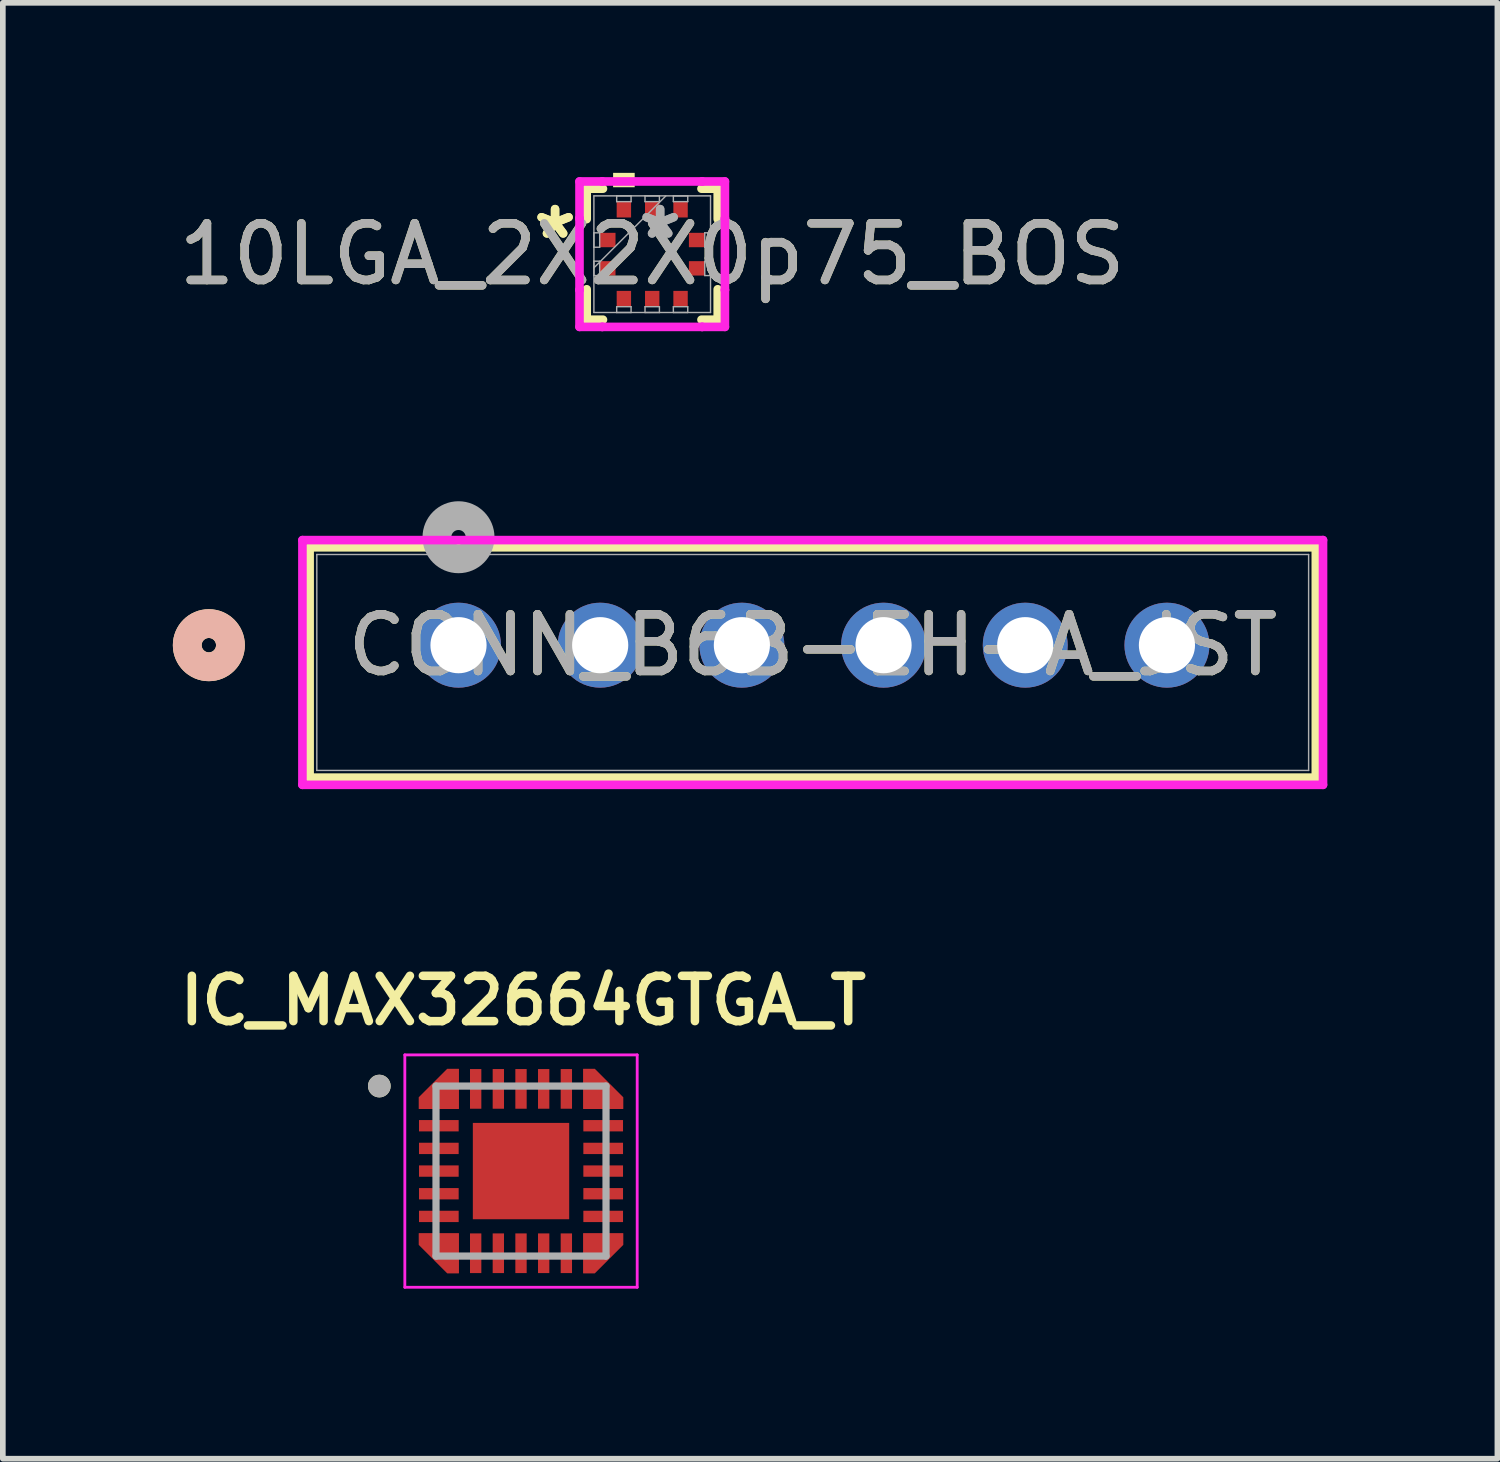
<source format=kicad_pcb>
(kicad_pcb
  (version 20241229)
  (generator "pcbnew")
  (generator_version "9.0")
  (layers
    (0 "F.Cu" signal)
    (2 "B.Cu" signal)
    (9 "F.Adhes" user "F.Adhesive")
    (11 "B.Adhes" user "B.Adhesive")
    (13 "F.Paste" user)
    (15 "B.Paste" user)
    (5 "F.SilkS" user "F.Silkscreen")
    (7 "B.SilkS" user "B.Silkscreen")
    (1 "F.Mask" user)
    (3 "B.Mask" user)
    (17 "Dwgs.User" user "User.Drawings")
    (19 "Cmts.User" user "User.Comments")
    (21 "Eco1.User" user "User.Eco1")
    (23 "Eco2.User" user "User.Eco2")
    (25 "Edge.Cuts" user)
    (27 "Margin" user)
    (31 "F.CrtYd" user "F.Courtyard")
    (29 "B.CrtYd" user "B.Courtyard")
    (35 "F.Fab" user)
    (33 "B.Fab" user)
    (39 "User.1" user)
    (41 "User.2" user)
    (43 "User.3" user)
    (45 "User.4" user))
  (footprint "CONN_B6B-EH-A_JST"
    (layer "F.Cu")
    (at 5.04 8.334)
    (property "Reference" "CONN_B6B-EH-A_JST" (at 6.25 0 0) (unlocked yes) (layer "F.SilkS") (effects (font (size 1 1) (thickness 0.15))))
    (attr through_hole)
    (fp_line (start -2.627 -1.727) (end -2.627 2.337) (stroke (width 0.152) (type solid)) (layer "F.SilkS"))
    (fp_line (start -2.627 2.337) (end 15.127 2.337) (stroke (width 0.152) (type solid)) (layer "F.SilkS"))
    (fp_line (start 15.127 -1.727) (end -2.627 -1.727) (stroke (width 0.152) (type solid)) (layer "F.SilkS"))
    (fp_line (start 15.127 2.337) (end 15.127 -1.727) (stroke (width 0.152) (type solid)) (layer "F.SilkS"))
    (fp_circle (center -4.405 0) (end -4.024 0) (stroke (width 0.508) (type solid)) (fill no) (layer "F.SilkS"))
    (fp_circle (center -4.405 0) (end -4.024 0) (stroke (width 0.508) (type solid)) (fill no) (layer "B.SilkS"))
    (fp_line (start -2.754 -1.854) (end -2.754 2.464) (stroke (width 0.152) (type solid)) (layer "F.CrtYd"))
    (fp_line (start -2.754 2.464) (end 15.254 2.464) (stroke (width 0.152) (type solid)) (layer "F.CrtYd"))
    (fp_line (start 15.254 -1.854) (end -2.754 -1.854) (stroke (width 0.152) (type solid)) (layer "F.CrtYd"))
    (fp_line (start 15.254 2.464) (end 15.254 -1.854) (stroke (width 0.152) (type solid)) (layer "F.CrtYd"))
    (fp_line (start -2.5 -1.6) (end -2.5 2.21) (stroke (width 0.025) (type solid)) (layer "F.Fab"))
    (fp_line (start -2.5 2.21) (end 15 2.21) (stroke (width 0.025) (type solid)) (layer "F.Fab"))
    (fp_line (start 15 -1.6) (end -2.5 -1.6) (stroke (width 0.025) (type solid)) (layer "F.Fab"))
    (fp_line (start 15 2.21) (end 15 -1.6) (stroke (width 0.025) (type solid)) (layer "F.Fab"))
    (fp_circle (center 0 -1.905) (end 0.381 -1.905) (stroke (width 0.508) (type solid)) (fill no) (layer "F.Fab"))
    (fp_text user "${REFERENCE}" (at 6.25 0 0) (unlocked yes) (layer "F.Fab") (effects (font (size 1 1) (thickness 0.15))))
    (pad "1" thru_hole circle (at 0 0) (size 1.499 1.499) (drill 0.991) (layers "*.Cu" "*.Mask"))
    (pad "2" thru_hole circle (at 2.5 0) (size 1.499 1.499) (drill 0.991) (layers "*.Cu" "*.Mask"))
    (pad "3" thru_hole circle (at 5 0) (size 1.499 1.499) (drill 0.991) (layers "*.Cu" "*.Mask"))
    (pad "4" thru_hole circle (at 7.5 0) (size 1.499 1.499) (drill 0.991) (layers "*.Cu" "*.Mask"))
    (pad "5" thru_hole circle (at 10 0) (size 1.499 1.499) (drill 0.991) (layers "*.Cu" "*.Mask"))
    (pad "6" thru_hole circle (at 12.5 0) (size 1.499 1.499) (drill 0.991) (layers "*.Cu" "*.Mask")))
  (footprint "IC_MAX32664GTGA_T"
    (layer "F.Cu")
    (at 6.143 17.613)
    (property "Reference" "IC_MAX32664GTGA_T" (at 0.04 -3.008 0) (layer "F.SilkS") (effects (font (size 0.8 0.8) (thickness 0.15))))
    (attr smd)
    (fp_poly (pts (xy -1.9 1) (xy -1 1) (xy -1 1.9) (xy -1.341 1.9) (xy -1.9 1.341)) (stroke (width 0.01) (type solid)) (fill yes) (layer "F.Mask"))
    (fp_poly (pts (xy -1 -1.9) (xy -1 -1) (xy -1.9 -1) (xy -1.9 -1.341) (xy -1.341 -1.9)) (stroke (width 0.01) (type solid)) (fill yes) (layer "F.Mask"))
    (fp_poly (pts (xy 1 -1.9) (xy 1 -1) (xy 1.9 -1) (xy 1.9 -1.341) (xy 1.341 -1.9)) (stroke (width 0.01) (type solid)) (fill yes) (layer "F.Mask"))
    (fp_poly (pts (xy 1.9 1) (xy 1 1) (xy 1 1.9) (xy 1.341 1.9) (xy 1.9 1.341)) (stroke (width 0.01) (type solid)) (fill yes) (layer "F.Mask"))
    (fp_circle (center -2.5 -1.5) (end -2.4 -1.5) (stroke (width 0.2) (type solid)) (fill no) (layer "F.SilkS"))
    (fp_poly (pts (xy -0.537 -0.537) (xy 0.537 -0.537) (xy 0.537 0.537) (xy -0.537 0.537)) (stroke (width 0.01) (type solid)) (fill yes) (layer "F.Paste"))
    (fp_poly (pts (xy -1.8 1.1) (xy -1.1 1.1) (xy -1.1 1.8) (xy -1.3 1.8) (xy -1.8 1.3)) (stroke (width 0.01) (type solid)) (fill yes) (layer "F.Paste"))
    (fp_poly (pts (xy -1.1 -1.8) (xy -1.1 -1.1) (xy -1.8 -1.1) (xy -1.8 -1.3) (xy -1.3 -1.8)) (stroke (width 0.01) (type solid)) (fill yes) (layer "F.Paste"))
    (fp_poly (pts (xy 1.1 -1.8) (xy 1.1 -1.1) (xy 1.8 -1.1) (xy 1.8 -1.3) (xy 1.3 -1.8)) (stroke (width 0.01) (type solid)) (fill yes) (layer "F.Paste"))
    (fp_poly (pts (xy 1.8 1.1) (xy 1.1 1.1) (xy 1.1 1.8) (xy 1.3 1.8) (xy 1.8 1.3)) (stroke (width 0.01) (type solid)) (fill yes) (layer "F.Paste"))
    (fp_line (start -2.05 -2.05) (end -2.05 2.05) (stroke (width 0.05) (type solid)) (layer "F.CrtYd"))
    (fp_line (start -2.05 2.05) (end 2.05 2.05) (stroke (width 0.05) (type solid)) (layer "F.CrtYd"))
    (fp_line (start 2.05 -2.05) (end -2.05 -2.05) (stroke (width 0.05) (type solid)) (layer "F.CrtYd"))
    (fp_line (start 2.05 2.05) (end 2.05 -2.05) (stroke (width 0.05) (type solid)) (layer "F.CrtYd"))
    (fp_line (start -1.5 -1.5) (end 1.5 -1.5) (stroke (width 0.127) (type solid)) (layer "F.Fab"))
    (fp_line (start -1.5 1.5) (end -1.5 -1.5) (stroke (width 0.127) (type solid)) (layer "F.Fab"))
    (fp_line (start 1.5 -1.5) (end 1.5 1.5) (stroke (width 0.127) (type solid)) (layer "F.Fab"))
    (fp_line (start 1.5 1.5) (end -1.5 1.5) (stroke (width 0.127) (type solid)) (layer "F.Fab"))
    (fp_circle (center -2.5 -1.5) (end -2.4 -1.5) (stroke (width 0.2) (type solid)) (fill no) (layer "F.Fab"))
    (pad "1" smd custom (at -1.35 -1.35) (size 0.3 0.3) (layers "F.Cu") (options (anchor rect)) (primitives (gr_poly (pts (xy 0.25 -0.45) (xy 0.25 0.25) (xy -0.45 0.25) (xy -0.45 0.05) (xy 0.05 -0.45)) (width 0.01) (fill yes))))
    (pad "2" smd rect (at -1.45 -0.8) (size 0.7 0.2) (layers "F.Cu" "F.Mask" "F.Paste"))
    (pad "3" smd rect (at -1.45 -0.4) (size 0.7 0.2) (layers "F.Cu" "F.Mask" "F.Paste"))
    (pad "4" smd rect (at -1.45 0) (size 0.7 0.2) (layers "F.Cu" "F.Mask" "F.Paste"))
    (pad "5" smd rect (at -1.45 0.4) (size 0.7 0.2) (layers "F.Cu" "F.Mask" "F.Paste"))
    (pad "6" smd rect (at -1.45 0.8) (size 0.7 0.2) (layers "F.Cu" "F.Mask" "F.Paste"))
    (pad "7" smd custom (at -1.35 1.35) (size 0.3 0.3) (layers "F.Cu") (options (anchor rect)) (primitives (gr_poly (pts (xy -0.45 -0.25) (xy 0.25 -0.25) (xy 0.25 0.45) (xy 0.05 0.45) (xy -0.45 -0.05)) (width 0.01) (fill yes))))
    (pad "8" smd rect (at -0.8 1.45) (size 0.2 0.7) (layers "F.Cu" "F.Mask" "F.Paste"))
    (pad "9" smd rect (at -0.4 1.45) (size 0.2 0.7) (layers "F.Cu" "F.Mask" "F.Paste"))
    (pad "10" smd rect (at 0 1.45) (size 0.2 0.7) (layers "F.Cu" "F.Mask" "F.Paste"))
    (pad "11" smd rect (at 0.4 1.45) (size 0.2 0.7) (layers "F.Cu" "F.Mask" "F.Paste"))
    (pad "12" smd rect (at 0.8 1.45) (size 0.2 0.7) (layers "F.Cu" "F.Mask" "F.Paste"))
    (pad "13" smd custom (at 1.35 1.35) (size 0.3 0.3) (layers "F.Cu") (options (anchor rect)) (primitives (gr_poly (pts (xy 0.45 -0.25) (xy -0.25 -0.25) (xy -0.25 0.45) (xy -0.05 0.45) (xy 0.45 -0.05)) (width 0.01) (fill yes))))
    (pad "14" smd rect (at 1.45 0.8) (size 0.7 0.2) (layers "F.Cu" "F.Mask" "F.Paste"))
    (pad "15" smd rect (at 1.45 0.4) (size 0.7 0.2) (layers "F.Cu" "F.Mask" "F.Paste"))
    (pad "16" smd rect (at 1.45 0) (size 0.7 0.2) (layers "F.Cu" "F.Mask" "F.Paste"))
    (pad "17" smd rect (at 1.45 -0.4) (size 0.7 0.2) (layers "F.Cu" "F.Mask" "F.Paste"))
    (pad "18" smd rect (at 1.45 -0.8) (size 0.7 0.2) (layers "F.Cu" "F.Mask" "F.Paste"))
    (pad "19" smd custom (at 1.35 -1.35) (size 0.3 0.3) (layers "F.Cu") (options (anchor rect)) (primitives (gr_poly (pts (xy -0.25 -0.45) (xy -0.25 0.25) (xy 0.45 0.25) (xy 0.45 0.05) (xy -0.05 -0.45)) (width 0.01) (fill yes))))
    (pad "20" smd rect (at 0.8 -1.45) (size 0.2 0.7) (layers "F.Cu" "F.Mask" "F.Paste"))
    (pad "21" smd rect (at 0.4 -1.45) (size 0.2 0.7) (layers "F.Cu" "F.Mask" "F.Paste"))
    (pad "22" smd rect (at 0 -1.45) (size 0.2 0.7) (layers "F.Cu" "F.Mask" "F.Paste"))
    (pad "23" smd rect (at -0.4 -1.45) (size 0.2 0.7) (layers "F.Cu" "F.Mask" "F.Paste"))
    (pad "24" smd rect (at -0.8 -1.45) (size 0.2 0.7) (layers "F.Cu" "F.Mask" "F.Paste"))
    (pad "EP" smd rect (at 0 0) (size 1.7 1.7) (layers "F.Cu" "F.Mask")))
  (footprint "10LGA_2X2X0p75_BOS"
    (layer "F.Cu")
    (at 8.458 1.435)
    (property "Reference" "10LGA_2X2X0p75_BOS" (at 0 0 0) (unlocked yes) (layer "F.SilkS") (effects (font (size 1 1) (thickness 0.15))))
    (attr smd)
    (fp_line (start -1.156 -1.156) (end -1.156 -0.619) (stroke (width 0.152) (type solid)) (layer "F.SilkS"))
    (fp_line (start -1.156 0.619) (end -1.156 1.156) (stroke (width 0.152) (type solid)) (layer "F.SilkS"))
    (fp_line (start -1.156 1.156) (end -0.869 1.156) (stroke (width 0.152) (type solid)) (layer "F.SilkS"))
    (fp_line (start -0.869 -1.156) (end -1.156 -1.156) (stroke (width 0.152) (type solid)) (layer "F.SilkS"))
    (fp_line (start 0.869 1.156) (end 1.156 1.156) (stroke (width 0.152) (type solid)) (layer "F.SilkS"))
    (fp_line (start 1.156 -1.156) (end 0.869 -1.156) (stroke (width 0.152) (type solid)) (layer "F.SilkS"))
    (fp_line (start 1.156 -0.619) (end 1.156 -1.156) (stroke (width 0.152) (type solid)) (layer "F.SilkS"))
    (fp_line (start 1.156 1.156) (end 1.156 0.619) (stroke (width 0.152) (type solid)) (layer "F.SilkS"))
    (fp_poly (pts (xy -0.69 -1.181) (xy -0.69 -1.435) (xy -0.309 -1.435) (xy -0.309 -1.181)) (stroke (width 0) (type solid)) (fill yes) (layer "F.SilkS"))
    (fp_line (start -1.283 -1.283) (end -0.881 -1.283) (stroke (width 0.152) (type solid)) (layer "F.CrtYd"))
    (fp_line (start -1.283 -0.631) (end -1.283 -1.283) (stroke (width 0.152) (type solid)) (layer "F.CrtYd"))
    (fp_line (start -1.283 -0.631) (end -1.283 -0.631) (stroke (width 0.152) (type solid)) (layer "F.CrtYd"))
    (fp_line (start -1.283 0.631) (end -1.283 -0.631) (stroke (width 0.152) (type solid)) (layer "F.CrtYd"))
    (fp_line (start -1.283 0.631) (end -1.283 0.631) (stroke (width 0.152) (type solid)) (layer "F.CrtYd"))
    (fp_line (start -1.283 1.283) (end -1.283 0.631) (stroke (width 0.152) (type solid)) (layer "F.CrtYd"))
    (fp_line (start -0.881 -1.283) (end -0.881 -1.283) (stroke (width 0.152) (type solid)) (layer "F.CrtYd"))
    (fp_line (start -0.881 -1.283) (end 0.881 -1.283) (stroke (width 0.152) (type solid)) (layer "F.CrtYd"))
    (fp_line (start -0.881 1.283) (end -1.283 1.283) (stroke (width 0.152) (type solid)) (layer "F.CrtYd"))
    (fp_line (start -0.881 1.283) (end -0.881 1.283) (stroke (width 0.152) (type solid)) (layer "F.CrtYd"))
    (fp_line (start 0.881 -1.283) (end 0.881 -1.283) (stroke (width 0.152) (type solid)) (layer "F.CrtYd"))
    (fp_line (start 0.881 -1.283) (end 1.283 -1.283) (stroke (width 0.152) (type solid)) (layer "F.CrtYd"))
    (fp_line (start 0.881 1.283) (end -0.881 1.283) (stroke (width 0.152) (type solid)) (layer "F.CrtYd"))
    (fp_line (start 0.881 1.283) (end 0.881 1.283) (stroke (width 0.152) (type solid)) (layer "F.CrtYd"))
    (fp_line (start 1.283 -1.283) (end 1.283 -0.631) (stroke (width 0.152) (type solid)) (layer "F.CrtYd"))
    (fp_line (start 1.283 -0.631) (end 1.283 -0.631) (stroke (width 0.152) (type solid)) (layer "F.CrtYd"))
    (fp_line (start 1.283 -0.631) (end 1.283 0.631) (stroke (width 0.152) (type solid)) (layer "F.CrtYd"))
    (fp_line (start 1.283 0.631) (end 1.283 0.631) (stroke (width 0.152) (type solid)) (layer "F.CrtYd"))
    (fp_line (start 1.283 0.631) (end 1.283 1.283) (stroke (width 0.152) (type solid)) (layer "F.CrtYd"))
    (fp_line (start 1.283 1.283) (end 0.881 1.283) (stroke (width 0.152) (type solid)) (layer "F.CrtYd"))
    (fp_line (start -1.029 -1.029) (end -1.029 1.029) (stroke (width 0.025) (type solid)) (layer "F.Fab"))
    (fp_line (start -1.029 -0.377) (end -0.927 -0.377) (stroke (width 0.025) (type solid)) (layer "F.Fab"))
    (fp_line (start -1.029 -0.123) (end -1.029 -0.377) (stroke (width 0.025) (type solid)) (layer "F.Fab"))
    (fp_line (start -1.029 0.123) (end -0.927 0.123) (stroke (width 0.025) (type solid)) (layer "F.Fab"))
    (fp_line (start -1.029 0.241) (end 0.241 -1.029) (stroke (width 0.025) (type solid)) (layer "F.Fab"))
    (fp_line (start -1.029 0.377) (end -1.029 0.123) (stroke (width 0.025) (type solid)) (layer "F.Fab"))
    (fp_line (start -1.029 1.029) (end 1.029 1.029) (stroke (width 0.025) (type solid)) (layer "F.Fab"))
    (fp_line (start -0.927 -0.377) (end -0.927 -0.123) (stroke (width 0.025) (type solid)) (layer "F.Fab"))
    (fp_line (start -0.927 -0.123) (end -1.029 -0.123) (stroke (width 0.025) (type solid)) (layer "F.Fab"))
    (fp_line (start -0.927 0.123) (end -0.927 0.377) (stroke (width 0.025) (type solid)) (layer "F.Fab"))
    (fp_line (start -0.927 0.377) (end -1.029 0.377) (stroke (width 0.025) (type solid)) (layer "F.Fab"))
    (fp_line (start -0.627 -1.029) (end -0.373 -1.029) (stroke (width 0.025) (type solid)) (layer "F.Fab"))
    (fp_line (start -0.627 -0.927) (end -0.627 -1.029) (stroke (width 0.025) (type solid)) (layer "F.Fab"))
    (fp_line (start -0.627 0.927) (end -0.373 0.927) (stroke (width 0.025) (type solid)) (layer "F.Fab"))
    (fp_line (start -0.627 1.029) (end -0.627 0.927) (stroke (width 0.025) (type solid)) (layer "F.Fab"))
    (fp_line (start -0.373 -1.029) (end -0.373 -0.927) (stroke (width 0.025) (type solid)) (layer "F.Fab"))
    (fp_line (start -0.373 -0.927) (end -0.627 -0.927) (stroke (width 0.025) (type solid)) (layer "F.Fab"))
    (fp_line (start -0.373 0.927) (end -0.373 1.029) (stroke (width 0.025) (type solid)) (layer "F.Fab"))
    (fp_line (start -0.373 1.029) (end -0.627 1.029) (stroke (width 0.025) (type solid)) (layer "F.Fab"))
    (fp_line (start -0.127 -1.029) (end 0.127 -1.029) (stroke (width 0.025) (type solid)) (layer "F.Fab"))
    (fp_line (start -0.127 -0.927) (end -0.127 -1.029) (stroke (width 0.025) (type solid)) (layer "F.Fab"))
    (fp_line (start -0.127 0.927) (end 0.127 0.927) (stroke (width 0.025) (type solid)) (layer "F.Fab"))
    (fp_line (start -0.127 1.029) (end -0.127 0.927) (stroke (width 0.025) (type solid)) (layer "F.Fab"))
    (fp_line (start 0.127 -1.029) (end 0.127 -0.927) (stroke (width 0.025) (type solid)) (layer "F.Fab"))
    (fp_line (start 0.127 -0.927) (end -0.127 -0.927) (stroke (width 0.025) (type solid)) (layer "F.Fab"))
    (fp_line (start 0.127 0.927) (end 0.127 1.029) (stroke (width 0.025) (type solid)) (layer "F.Fab"))
    (fp_line (start 0.127 1.029) (end -0.127 1.029) (stroke (width 0.025) (type solid)) (layer "F.Fab"))
    (fp_line (start 0.373 -1.029) (end 0.627 -1.029) (stroke (width 0.025) (type solid)) (layer "F.Fab"))
    (fp_line (start 0.373 -0.927) (end 0.373 -1.029) (stroke (width 0.025) (type solid)) (layer "F.Fab"))
    (fp_line (start 0.373 0.927) (end 0.627 0.927) (stroke (width 0.025) (type solid)) (layer "F.Fab"))
    (fp_line (start 0.373 1.029) (end 0.373 0.927) (stroke (width 0.025) (type solid)) (layer "F.Fab"))
    (fp_line (start 0.627 -1.029) (end 0.627 -0.927) (stroke (width 0.025) (type solid)) (layer "F.Fab"))
    (fp_line (start 0.627 -0.927) (end 0.373 -0.927) (stroke (width 0.025) (type solid)) (layer "F.Fab"))
    (fp_line (start 0.627 0.927) (end 0.627 1.029) (stroke (width 0.025) (type solid)) (layer "F.Fab"))
    (fp_line (start 0.627 1.029) (end 0.373 1.029) (stroke (width 0.025) (type solid)) (layer "F.Fab"))
    (fp_line (start 0.927 -0.377) (end 1.029 -0.377) (stroke (width 0.025) (type solid)) (layer "F.Fab"))
    (fp_line (start 0.927 -0.123) (end 0.927 -0.377) (stroke (width 0.025) (type solid)) (layer "F.Fab"))
    (fp_line (start 0.927 0.123) (end 1.029 0.123) (stroke (width 0.025) (type solid)) (layer "F.Fab"))
    (fp_line (start 0.927 0.377) (end 0.927 0.123) (stroke (width 0.025) (type solid)) (layer "F.Fab"))
    (fp_line (start 1.029 -1.029) (end -1.029 -1.029) (stroke (width 0.025) (type solid)) (layer "F.Fab"))
    (fp_line (start 1.029 -0.377) (end 1.029 -0.123) (stroke (width 0.025) (type solid)) (layer "F.Fab"))
    (fp_line (start 1.029 -0.123) (end 0.927 -0.123) (stroke (width 0.025) (type solid)) (layer "F.Fab"))
    (fp_line (start 1.029 0.123) (end 1.029 0.377) (stroke (width 0.025) (type solid)) (layer "F.Fab"))
    (fp_line (start 1.029 0.377) (end 0.927 0.377) (stroke (width 0.025) (type solid)) (layer "F.Fab"))
    (fp_line (start 1.029 1.029) (end 1.029 -1.029) (stroke (width 0.025) (type solid)) (layer "F.Fab"))
    (fp_text user "*" (at -1.714 -0.25 0) (layer "F.SilkS") (effects (font (size 1 1) (thickness 0.15))))
    (fp_text user "*" (at -1.714 -0.25 0) (unlocked yes) (layer "F.SilkS") (effects (font (size 1 1) (thickness 0.15))))
    (fp_text user "*" (at 0.14 -0.25 0) (unlocked yes) (layer "F.Fab") (effects (font (size 1 1) (thickness 0.15))))
    (fp_text user "*" (at 0.14 -0.25 0) (layer "F.Fab") (effects (font (size 1 1) (thickness 0.15))))
    (fp_text user "${REFERENCE}" (at 0 0 0) (unlocked yes) (layer "F.Fab") (effects (font (size 1 1) (thickness 0.15))))
    (pad "1" smd rect (at -0.787 -0.25 90) (size 0.254 0.279) (layers "F.Cu" "F.Mask" "F.Paste"))
    (pad "2" smd rect (at -0.787 0.25 90) (size 0.254 0.279) (layers "F.Cu" "F.Mask" "F.Paste"))
    (pad "3" smd rect (at -0.5 0.787) (size 0.254 0.279) (layers "F.Cu" "F.Mask" "F.Paste"))
    (pad "4" smd rect (at 0 0.787) (size 0.254 0.279) (layers "F.Cu" "F.Mask" "F.Paste"))
    (pad "5" smd rect (at 0.5 0.787) (size 0.254 0.279) (layers "F.Cu" "F.Mask" "F.Paste"))
    (pad "6" smd rect (at 0.787 0.25 90) (size 0.254 0.279) (layers "F.Cu" "F.Mask" "F.Paste"))
    (pad "7" smd rect (at 0.787 -0.25 90) (size 0.254 0.279) (layers "F.Cu" "F.Mask" "F.Paste"))
    (pad "8" smd rect (at 0.5 -0.787) (size 0.254 0.279) (layers "F.Cu" "F.Mask" "F.Paste"))
    (pad "9" smd rect (at 0 -0.787) (size 0.254 0.279) (layers "F.Cu" "F.Mask" "F.Paste"))
    (pad "10" smd rect (at -0.5 -0.787) (size 0.254 0.279) (layers "F.Cu" "F.Mask" "F.Paste")))
  (gr_rect
    (start -3 -3)
    (end 23.371 22.688)
    (stroke (width 0.1) (type default))
    (fill no)
    (layer "Edge.Cuts")))
</source>
